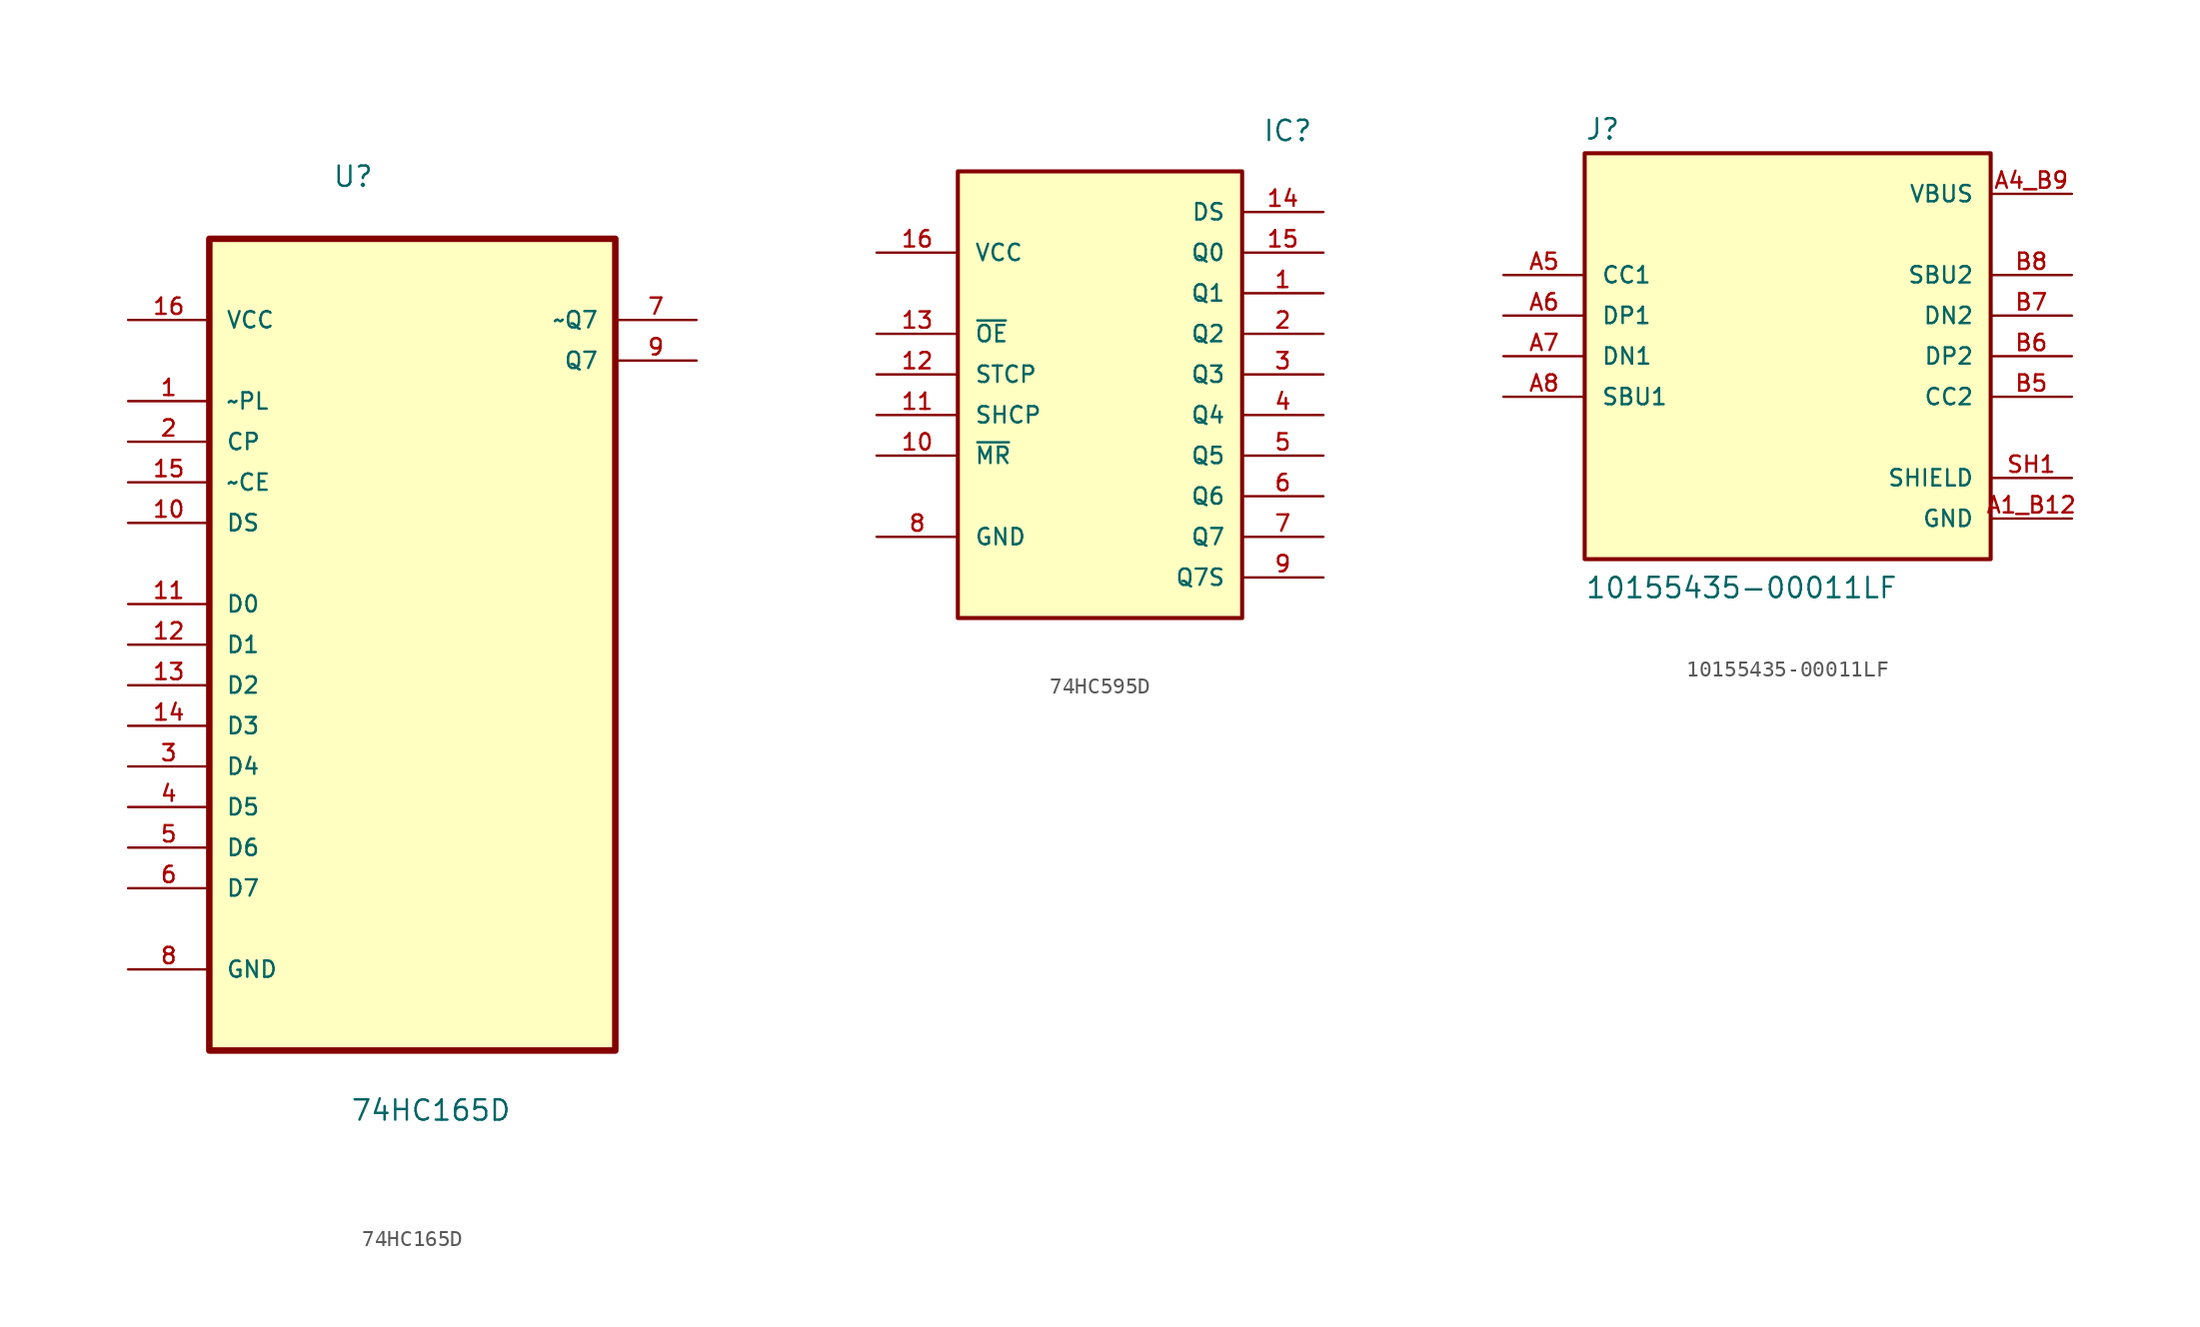
<source format=kicad_sym>
(kicad_symbol_lib
  (version 20231120)
  (generator "kicad_symbol_editor")
  (generator_version "8.0")
  (symbol "74HC165D"
    (pin_names
      (offset 1.016))
    (property "Reference" "U"
      (at -5.009 26.013 0)
      (effects (font (size 1.27 1.27)) (justify left bottom)))
    (property "Value" "74HC165D"
      (at -3.891 -32.427 0)
      (effects (font (size 1.27 1.27)) (justify left bottom)))
    (symbol "74HC165D_0_0"
      (rectangle (start -12.7 -27.94) (end 12.7 22.86) (stroke (width 0.406) (type default)) (fill (type background)))
      (pin input line (at -17.78 12.7 0) (length 5.08) (name "~PL" (effects (font (size 1.016 1.016)))) (number "1" (effects (font (size 1.016 1.016)))))
      (pin input line (at -17.78 5.08 0) (length 5.08) (name "DS" (effects (font (size 1.016 1.016)))) (number "10" (effects (font (size 1.016 1.016)))))
      (pin input line (at -17.78 0 0) (length 5.08) (name "D0" (effects (font (size 1.016 1.016)))) (number "11" (effects (font (size 1.016 1.016)))))
      (pin input line (at -17.78 -2.54 0) (length 5.08) (name "D1" (effects (font (size 1.016 1.016)))) (number "12" (effects (font (size 1.016 1.016)))))
      (pin input line (at -17.78 -5.08 0) (length 5.08) (name "D2" (effects (font (size 1.016 1.016)))) (number "13" (effects (font (size 1.016 1.016)))))
      (pin input line (at -17.78 -7.62 0) (length 5.08) (name "D3" (effects (font (size 1.016 1.016)))) (number "14" (effects (font (size 1.016 1.016)))))
      (pin input line (at -17.78 7.62 0) (length 5.08) (name "~CE" (effects (font (size 1.016 1.016)))) (number "15" (effects (font (size 1.016 1.016)))))
      (pin power_in line (at -17.78 17.78 0) (length 5.08) (name "VCC" (effects (font (size 1.016 1.016)))) (number "16" (effects (font (size 1.016 1.016)))))
      (pin input line (at -17.78 10.16 0) (length 5.08) (name "CP" (effects (font (size 1.016 1.016)))) (number "2" (effects (font (size 1.016 1.016)))))
      (pin input line (at -17.78 -10.16 0) (length 5.08) (name "D4" (effects (font (size 1.016 1.016)))) (number "3" (effects (font (size 1.016 1.016)))))
      (pin input line (at -17.78 -12.7 0) (length 5.08) (name "D5" (effects (font (size 1.016 1.016)))) (number "4" (effects (font (size 1.016 1.016)))))
      (pin input line (at -17.78 -15.24 0) (length 5.08) (name "D6" (effects (font (size 1.016 1.016)))) (number "5" (effects (font (size 1.016 1.016)))))
      (pin input line (at -17.78 -17.78 0) (length 5.08) (name "D7" (effects (font (size 1.016 1.016)))) (number "6" (effects (font (size 1.016 1.016)))))
      (pin output line (at 17.78 17.78 180) (length 5.08) (name "~Q7" (effects (font (size 1.016 1.016)))) (number "7" (effects (font (size 1.016 1.016)))))
      (pin passive line (at -17.78 -22.86 0) (length 5.08) (name "GND" (effects (font (size 1.016 1.016)))) (number "8" (effects (font (size 1.016 1.016)))))
      (pin output line (at 17.78 15.24 180) (length 5.08) (name "Q7" (effects (font (size 1.016 1.016)))) (number "9" (effects (font (size 1.016 1.016)))))))
  (symbol "74HC595D"
    (pin_names
      (offset 1.016))
    (property "Reference" "IC"
      (at 19.05 2.54 0)
      (effects (font (size 1.27 1.27)) (justify left)))
    (symbol "74HC595D_0_0"
      (rectangle (start 0 -27.94) (end 17.78 0) (stroke (width 0.254) (type default)) (fill (type background)))
      (pin bidirectional line (at 22.86 -7.62 180) (length 5.08) (name "Q1" (effects (font (size 1.016 1.016)))) (number "1" (effects (font (size 1.016 1.016)))))
      (pin bidirectional line (at -5.08 -17.78 0) (length 5.08) (name "~{MR}" (effects (font (size 1.016 1.016)))) (number "10" (effects (font (size 1.016 1.016)))))
      (pin bidirectional line (at -5.08 -15.24 0) (length 5.08) (name "SHCP" (effects (font (size 1.016 1.016)))) (number "11" (effects (font (size 1.016 1.016)))))
      (pin bidirectional line (at -5.08 -12.7 0) (length 5.08) (name "STCP" (effects (font (size 1.016 1.016)))) (number "12" (effects (font (size 1.016 1.016)))))
      (pin bidirectional line (at -5.08 -10.16 0) (length 5.08) (name "~{OE}" (effects (font (size 1.016 1.016)))) (number "13" (effects (font (size 1.016 1.016)))))
      (pin bidirectional line (at 22.86 -2.54 180) (length 5.08) (name "DS" (effects (font (size 1.016 1.016)))) (number "14" (effects (font (size 1.016 1.016)))))
      (pin bidirectional line (at 22.86 -5.08 180) (length 5.08) (name "Q0" (effects (font (size 1.016 1.016)))) (number "15" (effects (font (size 1.016 1.016)))))
      (pin bidirectional line (at -5.08 -5.08 0) (length 5.08) (name "VCC" (effects (font (size 1.016 1.016)))) (number "16" (effects (font (size 1.016 1.016)))))
      (pin bidirectional line (at 22.86 -10.16 180) (length 5.08) (name "Q2" (effects (font (size 1.016 1.016)))) (number "2" (effects (font (size 1.016 1.016)))))
      (pin bidirectional line (at 22.86 -12.7 180) (length 5.08) (name "Q3" (effects (font (size 1.016 1.016)))) (number "3" (effects (font (size 1.016 1.016)))))
      (pin bidirectional line (at 22.86 -15.24 180) (length 5.08) (name "Q4" (effects (font (size 1.016 1.016)))) (number "4" (effects (font (size 1.016 1.016)))))
      (pin bidirectional line (at 22.86 -17.78 180) (length 5.08) (name "Q5" (effects (font (size 1.016 1.016)))) (number "5" (effects (font (size 1.016 1.016)))))
      (pin bidirectional line (at 22.86 -20.32 180) (length 5.08) (name "Q6" (effects (font (size 1.016 1.016)))) (number "6" (effects (font (size 1.016 1.016)))))
      (pin bidirectional line (at 22.86 -22.86 180) (length 5.08) (name "Q7" (effects (font (size 1.016 1.016)))) (number "7" (effects (font (size 1.016 1.016)))))
      (pin bidirectional line (at -5.08 -22.86 0) (length 5.08) (name "GND" (effects (font (size 1.016 1.016)))) (number "8" (effects (font (size 1.016 1.016)))))
      (pin bidirectional line (at 22.86 -25.4 180) (length 5.08) (name "Q7S" (effects (font (size 1.016 1.016)))) (number "9" (effects (font (size 1.016 1.016)))))))
  (symbol "10155435-00011LF"
    (pin_names
      (offset 1.016))
    (property "Reference" "J"
      (at -12.7 13.462 0)
      (effects (font (size 1.27 1.27)) (justify left bottom)))
    (property "Value" "10155435-00011LF"
      (at -12.7 -15.24 0)
      (effects (font (size 1.27 1.27)) (justify left bottom)))
    (symbol "10155435-00011LF_0_0"
      (rectangle (start -12.7 -12.7) (end 12.7 12.7) (stroke (width 0.254) (type default)) (fill (type background)))
      (pin power_in line (at 17.78 -10.16 180) (length 5.08) (name "GND" (effects (font (size 1.016 1.016)))) (number "A1_B12" (effects (font (size 1.016 1.016)))))
      (pin power_in line (at 17.78 10.16 180) (length 5.08) (name "VBUS" (effects (font (size 1.016 1.016)))) (number "A4_B9" (effects (font (size 1.016 1.016)))))
      (pin bidirectional line (at -17.78 5.08 0) (length 5.08) (name "CC1" (effects (font (size 1.016 1.016)))) (number "A5" (effects (font (size 1.016 1.016)))))
      (pin bidirectional line (at -17.78 2.54 0) (length 5.08) (name "DP1" (effects (font (size 1.016 1.016)))) (number "A6" (effects (font (size 1.016 1.016)))))
      (pin bidirectional line (at -17.78 0 0) (length 5.08) (name "DN1" (effects (font (size 1.016 1.016)))) (number "A7" (effects (font (size 1.016 1.016)))))
      (pin bidirectional line (at -17.78 -2.54 0) (length 5.08) (name "SBU1" (effects (font (size 1.016 1.016)))) (number "A8" (effects (font (size 1.016 1.016)))))
      (pin power_in line (at 17.78 -10.16 180) (length 5.08) hide (name "GND" (effects (font (size 1.016 1.016)))) (number "B1_A12" (effects (font (size 1.016 1.016)))))
      (pin power_in line (at 17.78 10.16 180) (length 5.08) hide (name "VBUS" (effects (font (size 1.016 1.016)))) (number "B4_A9" (effects (font (size 1.016 1.016)))))
      (pin bidirectional line (at 17.78 -2.54 180) (length 5.08) (name "CC2" (effects (font (size 1.016 1.016)))) (number "B5" (effects (font (size 1.016 1.016)))))
      (pin bidirectional line (at 17.78 0 180) (length 5.08) (name "DP2" (effects (font (size 1.016 1.016)))) (number "B6" (effects (font (size 1.016 1.016)))))
      (pin bidirectional line (at 17.78 2.54 180) (length 5.08) (name "DN2" (effects (font (size 1.016 1.016)))) (number "B7" (effects (font (size 1.016 1.016)))))
      (pin bidirectional line (at 17.78 5.08 180) (length 5.08) (name "SBU2" (effects (font (size 1.016 1.016)))) (number "B8" (effects (font (size 1.016 1.016)))))
      (pin passive line (at 17.78 -7.62 180) (length 5.08) (name "SHIELD" (effects (font (size 1.016 1.016)))) (number "SH1" (effects (font (size 1.016 1.016)))))
      (pin passive line (at 17.78 -7.62 180) (length 5.08) hide (name "SHIELD" (effects (font (size 1.016 1.016)))) (number "SH2" (effects (font (size 1.016 1.016)))))
      (pin passive line (at 17.78 -7.62 180) (length 5.08) hide (name "SHIELD" (effects (font (size 1.016 1.016)))) (number "SH3" (effects (font (size 1.016 1.016)))))
      (pin passive line (at 17.78 -7.62 180) (length 5.08) hide (name "SHIELD" (effects (font (size 1.016 1.016)))) (number "SH4" (effects (font (size 1.016 1.016))))))))
</source>
